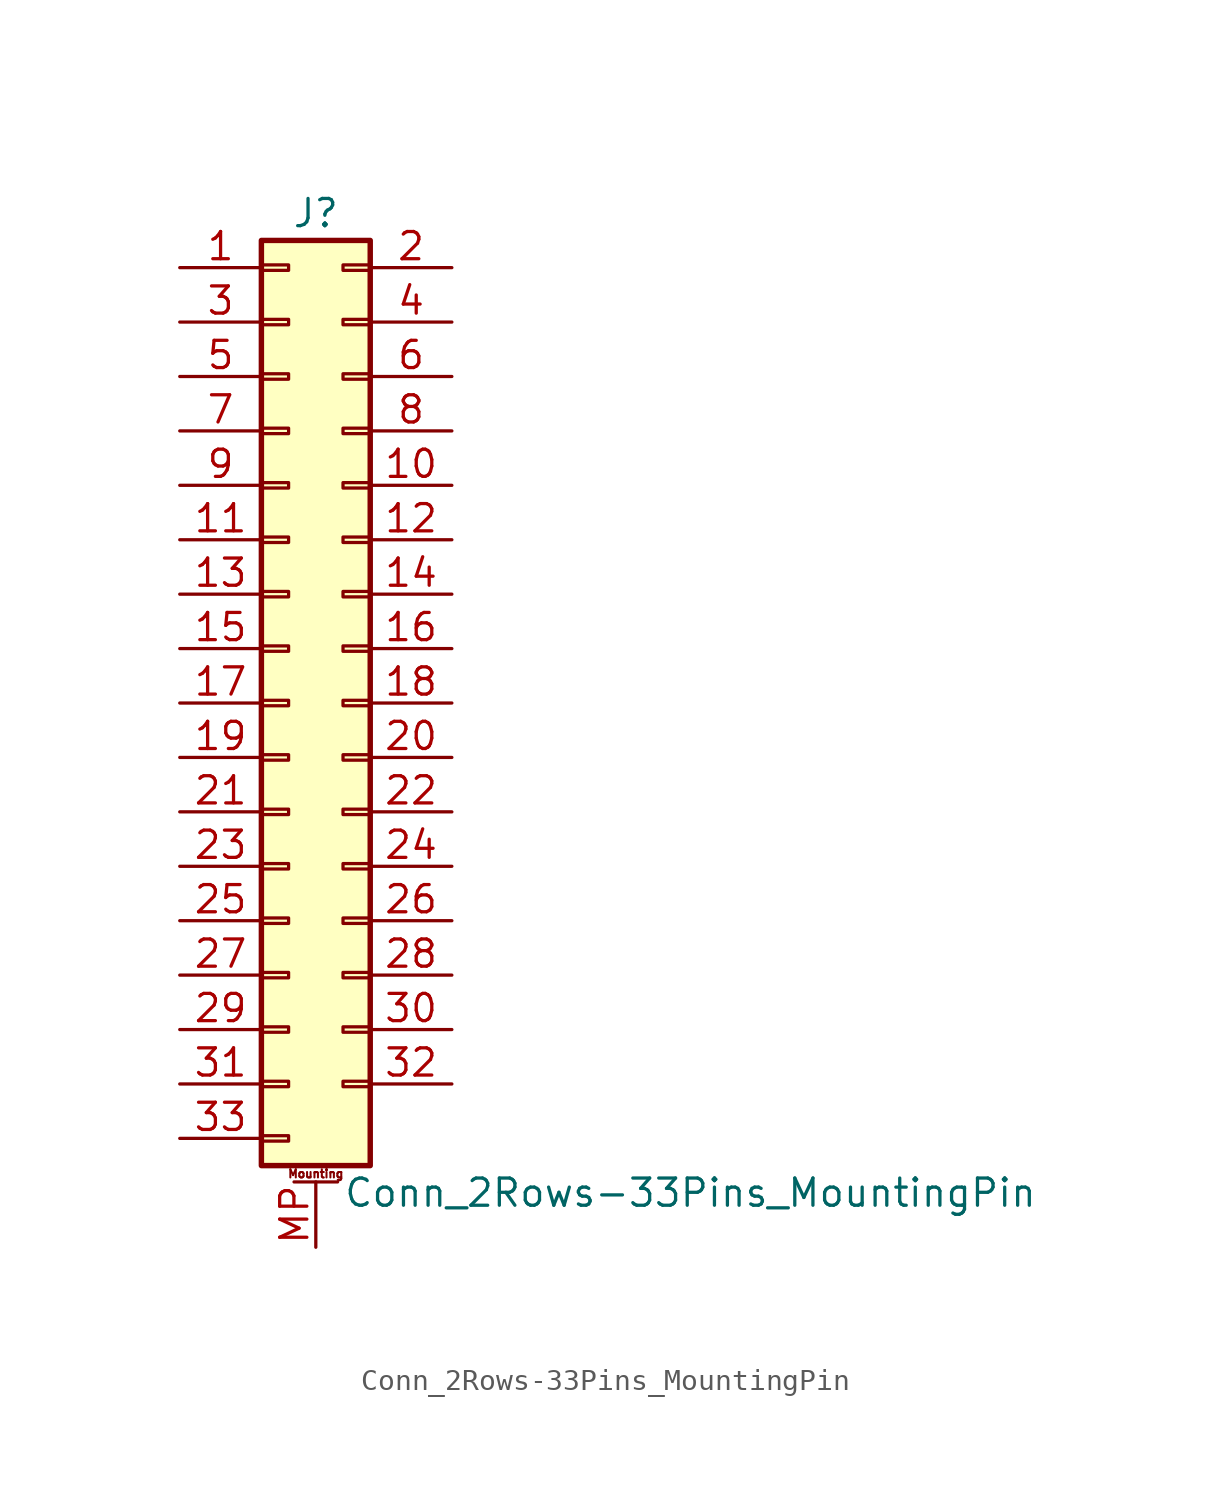
<source format=kicad_sym>
(kicad_symbol_lib
  (version 20211014)
  (generator kicad_symbol_editor)
  (symbol "Conn_2Rows-33Pins_MountingPin"
    (pin_names
      (offset 1.016) hide)
    (property "Reference" "J"
      (at 1.27 22.86 0)
      (effects (font (size 1.27 1.27))))
    (property "Value" "Conn_2Rows-33Pins_MountingPin"
      (at 2.54 -22.86 0)
      (effects (font (size 1.27 1.27)) (justify left)))
    (symbol "Conn_2Rows-33Pins_MountingPin_1_1"
      (rectangle (start -1.27 -20.193) (end 0 -20.447) (stroke (width 0.152) (type default) (color 0 0 0 0)) (fill (type none)))
      (rectangle (start -1.27 -17.653) (end 0 -17.907) (stroke (width 0.152) (type default) (color 0 0 0 0)) (fill (type none)))
      (rectangle (start -1.27 -15.113) (end 0 -15.367) (stroke (width 0.152) (type default) (color 0 0 0 0)) (fill (type none)))
      (rectangle (start -1.27 -12.573) (end 0 -12.827) (stroke (width 0.152) (type default) (color 0 0 0 0)) (fill (type none)))
      (rectangle (start -1.27 -10.033) (end 0 -10.287) (stroke (width 0.152) (type default) (color 0 0 0 0)) (fill (type none)))
      (rectangle (start -1.27 -7.493) (end 0 -7.747) (stroke (width 0.152) (type default) (color 0 0 0 0)) (fill (type none)))
      (rectangle (start -1.27 -4.953) (end 0 -5.207) (stroke (width 0.152) (type default) (color 0 0 0 0)) (fill (type none)))
      (rectangle (start -1.27 -2.413) (end 0 -2.667) (stroke (width 0.152) (type default) (color 0 0 0 0)) (fill (type none)))
      (rectangle (start -1.27 0.127) (end 0 -0.127) (stroke (width 0.152) (type default) (color 0 0 0 0)) (fill (type none)))
      (rectangle (start -1.27 2.667) (end 0 2.413) (stroke (width 0.152) (type default) (color 0 0 0 0)) (fill (type none)))
      (rectangle (start -1.27 5.207) (end 0 4.953) (stroke (width 0.152) (type default) (color 0 0 0 0)) (fill (type none)))
      (rectangle (start -1.27 7.747) (end 0 7.493) (stroke (width 0.152) (type default) (color 0 0 0 0)) (fill (type none)))
      (rectangle (start -1.27 10.287) (end 0 10.033) (stroke (width 0.152) (type default) (color 0 0 0 0)) (fill (type none)))
      (rectangle (start -1.27 12.827) (end 0 12.573) (stroke (width 0.152) (type default) (color 0 0 0 0)) (fill (type none)))
      (rectangle (start -1.27 15.367) (end 0 15.113) (stroke (width 0.152) (type default) (color 0 0 0 0)) (fill (type none)))
      (rectangle (start -1.27 17.907) (end 0 17.653) (stroke (width 0.152) (type default) (color 0 0 0 0)) (fill (type none)))
      (rectangle (start -1.27 20.447) (end 0 20.193) (stroke (width 0.152) (type default) (color 0 0 0 0)) (fill (type none)))
      (rectangle (start -1.27 21.59) (end 3.81 -21.59) (stroke (width 0.254) (type default) (color 0 0 0 0)) (fill (type background)))
      (polyline (pts (xy 0.254 -22.352) (xy 2.286 -22.352)) (stroke (width 0.152) (type default) (color 0 0 0 0)) (fill (type none)))
      (rectangle (start 3.81 -17.653) (end 2.54 -17.907) (stroke (width 0.152) (type default) (color 0 0 0 0)) (fill (type none)))
      (rectangle (start 3.81 -15.113) (end 2.54 -15.367) (stroke (width 0.152) (type default) (color 0 0 0 0)) (fill (type none)))
      (rectangle (start 3.81 -12.573) (end 2.54 -12.827) (stroke (width 0.152) (type default) (color 0 0 0 0)) (fill (type none)))
      (rectangle (start 3.81 -10.033) (end 2.54 -10.287) (stroke (width 0.152) (type default) (color 0 0 0 0)) (fill (type none)))
      (rectangle (start 3.81 -7.493) (end 2.54 -7.747) (stroke (width 0.152) (type default) (color 0 0 0 0)) (fill (type none)))
      (rectangle (start 3.81 -4.953) (end 2.54 -5.207) (stroke (width 0.152) (type default) (color 0 0 0 0)) (fill (type none)))
      (rectangle (start 3.81 -2.413) (end 2.54 -2.667) (stroke (width 0.152) (type default) (color 0 0 0 0)) (fill (type none)))
      (rectangle (start 3.81 0.127) (end 2.54 -0.127) (stroke (width 0.152) (type default) (color 0 0 0 0)) (fill (type none)))
      (rectangle (start 3.81 2.667) (end 2.54 2.413) (stroke (width 0.152) (type default) (color 0 0 0 0)) (fill (type none)))
      (rectangle (start 3.81 5.207) (end 2.54 4.953) (stroke (width 0.152) (type default) (color 0 0 0 0)) (fill (type none)))
      (rectangle (start 3.81 7.747) (end 2.54 7.493) (stroke (width 0.152) (type default) (color 0 0 0 0)) (fill (type none)))
      (rectangle (start 3.81 10.287) (end 2.54 10.033) (stroke (width 0.152) (type default) (color 0 0 0 0)) (fill (type none)))
      (rectangle (start 3.81 12.827) (end 2.54 12.573) (stroke (width 0.152) (type default) (color 0 0 0 0)) (fill (type none)))
      (rectangle (start 3.81 15.367) (end 2.54 15.113) (stroke (width 0.152) (type default) (color 0 0 0 0)) (fill (type none)))
      (rectangle (start 3.81 17.907) (end 2.54 17.653) (stroke (width 0.152) (type default) (color 0 0 0 0)) (fill (type none)))
      (rectangle (start 3.81 20.447) (end 2.54 20.193) (stroke (width 0.152) (type default) (color 0 0 0 0)) (fill (type none)))
      (text "Mounting" (at 1.27 -21.971 0) (effects (font (size 0.381 0.381))))
      (pin passive line (at -5.08 20.32 0) (length 3.81) (name "Pin_1" (effects (font (size 1.27 1.27)))) (number "1" (effects (font (size 1.27 1.27)))))
      (pin passive line (at 7.62 10.16 180) (length 3.81) (name "Pin_10" (effects (font (size 1.27 1.27)))) (number "10" (effects (font (size 1.27 1.27)))))
      (pin passive line (at -5.08 7.62 0) (length 3.81) (name "Pin_11" (effects (font (size 1.27 1.27)))) (number "11" (effects (font (size 1.27 1.27)))))
      (pin passive line (at 7.62 7.62 180) (length 3.81) (name "Pin_12" (effects (font (size 1.27 1.27)))) (number "12" (effects (font (size 1.27 1.27)))))
      (pin passive line (at -5.08 5.08 0) (length 3.81) (name "Pin_13" (effects (font (size 1.27 1.27)))) (number "13" (effects (font (size 1.27 1.27)))))
      (pin passive line (at 7.62 5.08 180) (length 3.81) (name "Pin_14" (effects (font (size 1.27 1.27)))) (number "14" (effects (font (size 1.27 1.27)))))
      (pin passive line (at -5.08 2.54 0) (length 3.81) (name "Pin_15" (effects (font (size 1.27 1.27)))) (number "15" (effects (font (size 1.27 1.27)))))
      (pin passive line (at 7.62 2.54 180) (length 3.81) (name "Pin_16" (effects (font (size 1.27 1.27)))) (number "16" (effects (font (size 1.27 1.27)))))
      (pin passive line (at -5.08 0 0) (length 3.81) (name "Pin_17" (effects (font (size 1.27 1.27)))) (number "17" (effects (font (size 1.27 1.27)))))
      (pin passive line (at 7.62 0 180) (length 3.81) (name "Pin_18" (effects (font (size 1.27 1.27)))) (number "18" (effects (font (size 1.27 1.27)))))
      (pin passive line (at -5.08 -2.54 0) (length 3.81) (name "Pin_19" (effects (font (size 1.27 1.27)))) (number "19" (effects (font (size 1.27 1.27)))))
      (pin passive line (at 7.62 20.32 180) (length 3.81) (name "Pin_2" (effects (font (size 1.27 1.27)))) (number "2" (effects (font (size 1.27 1.27)))))
      (pin passive line (at 7.62 -2.54 180) (length 3.81) (name "Pin_20" (effects (font (size 1.27 1.27)))) (number "20" (effects (font (size 1.27 1.27)))))
      (pin passive line (at -5.08 -5.08 0) (length 3.81) (name "Pin_21" (effects (font (size 1.27 1.27)))) (number "21" (effects (font (size 1.27 1.27)))))
      (pin passive line (at 7.62 -5.08 180) (length 3.81) (name "Pin_22" (effects (font (size 1.27 1.27)))) (number "22" (effects (font (size 1.27 1.27)))))
      (pin passive line (at -5.08 -7.62 0) (length 3.81) (name "Pin_23" (effects (font (size 1.27 1.27)))) (number "23" (effects (font (size 1.27 1.27)))))
      (pin passive line (at 7.62 -7.62 180) (length 3.81) (name "Pin_24" (effects (font (size 1.27 1.27)))) (number "24" (effects (font (size 1.27 1.27)))))
      (pin passive line (at -5.08 -10.16 0) (length 3.81) (name "Pin_25" (effects (font (size 1.27 1.27)))) (number "25" (effects (font (size 1.27 1.27)))))
      (pin passive line (at 7.62 -10.16 180) (length 3.81) (name "Pin_26" (effects (font (size 1.27 1.27)))) (number "26" (effects (font (size 1.27 1.27)))))
      (pin passive line (at -5.08 -12.7 0) (length 3.81) (name "Pin_27" (effects (font (size 1.27 1.27)))) (number "27" (effects (font (size 1.27 1.27)))))
      (pin passive line (at 7.62 -12.7 180) (length 3.81) (name "Pin_28" (effects (font (size 1.27 1.27)))) (number "28" (effects (font (size 1.27 1.27)))))
      (pin passive line (at -5.08 -15.24 0) (length 3.81) (name "Pin_29" (effects (font (size 1.27 1.27)))) (number "29" (effects (font (size 1.27 1.27)))))
      (pin passive line (at -5.08 17.78 0) (length 3.81) (name "Pin_3" (effects (font (size 1.27 1.27)))) (number "3" (effects (font (size 1.27 1.27)))))
      (pin passive line (at 7.62 -15.24 180) (length 3.81) (name "Pin_30" (effects (font (size 1.27 1.27)))) (number "30" (effects (font (size 1.27 1.27)))))
      (pin passive line (at -5.08 -17.78 0) (length 3.81) (name "Pin_31" (effects (font (size 1.27 1.27)))) (number "31" (effects (font (size 1.27 1.27)))))
      (pin passive line (at 7.62 -17.78 180) (length 3.81) (name "Pin_32" (effects (font (size 1.27 1.27)))) (number "32" (effects (font (size 1.27 1.27)))))
      (pin passive line (at -5.08 -20.32 0) (length 3.81) (name "Pin_33" (effects (font (size 1.27 1.27)))) (number "33" (effects (font (size 1.27 1.27)))))
      (pin passive line (at 7.62 17.78 180) (length 3.81) (name "Pin_4" (effects (font (size 1.27 1.27)))) (number "4" (effects (font (size 1.27 1.27)))))
      (pin passive line (at -5.08 15.24 0) (length 3.81) (name "Pin_5" (effects (font (size 1.27 1.27)))) (number "5" (effects (font (size 1.27 1.27)))))
      (pin passive line (at 7.62 15.24 180) (length 3.81) (name "Pin_6" (effects (font (size 1.27 1.27)))) (number "6" (effects (font (size 1.27 1.27)))))
      (pin passive line (at -5.08 12.7 0) (length 3.81) (name "Pin_7" (effects (font (size 1.27 1.27)))) (number "7" (effects (font (size 1.27 1.27)))))
      (pin passive line (at 7.62 12.7 180) (length 3.81) (name "Pin_8" (effects (font (size 1.27 1.27)))) (number "8" (effects (font (size 1.27 1.27)))))
      (pin passive line (at -5.08 10.16 0) (length 3.81) (name "Pin_9" (effects (font (size 1.27 1.27)))) (number "9" (effects (font (size 1.27 1.27)))))
      (pin passive line (at 1.27 -25.4 90) (length 3.048) (name "MountPin" (effects (font (size 1.27 1.27)))) (number "MP" (effects (font (size 1.27 1.27))))))))
</source>
